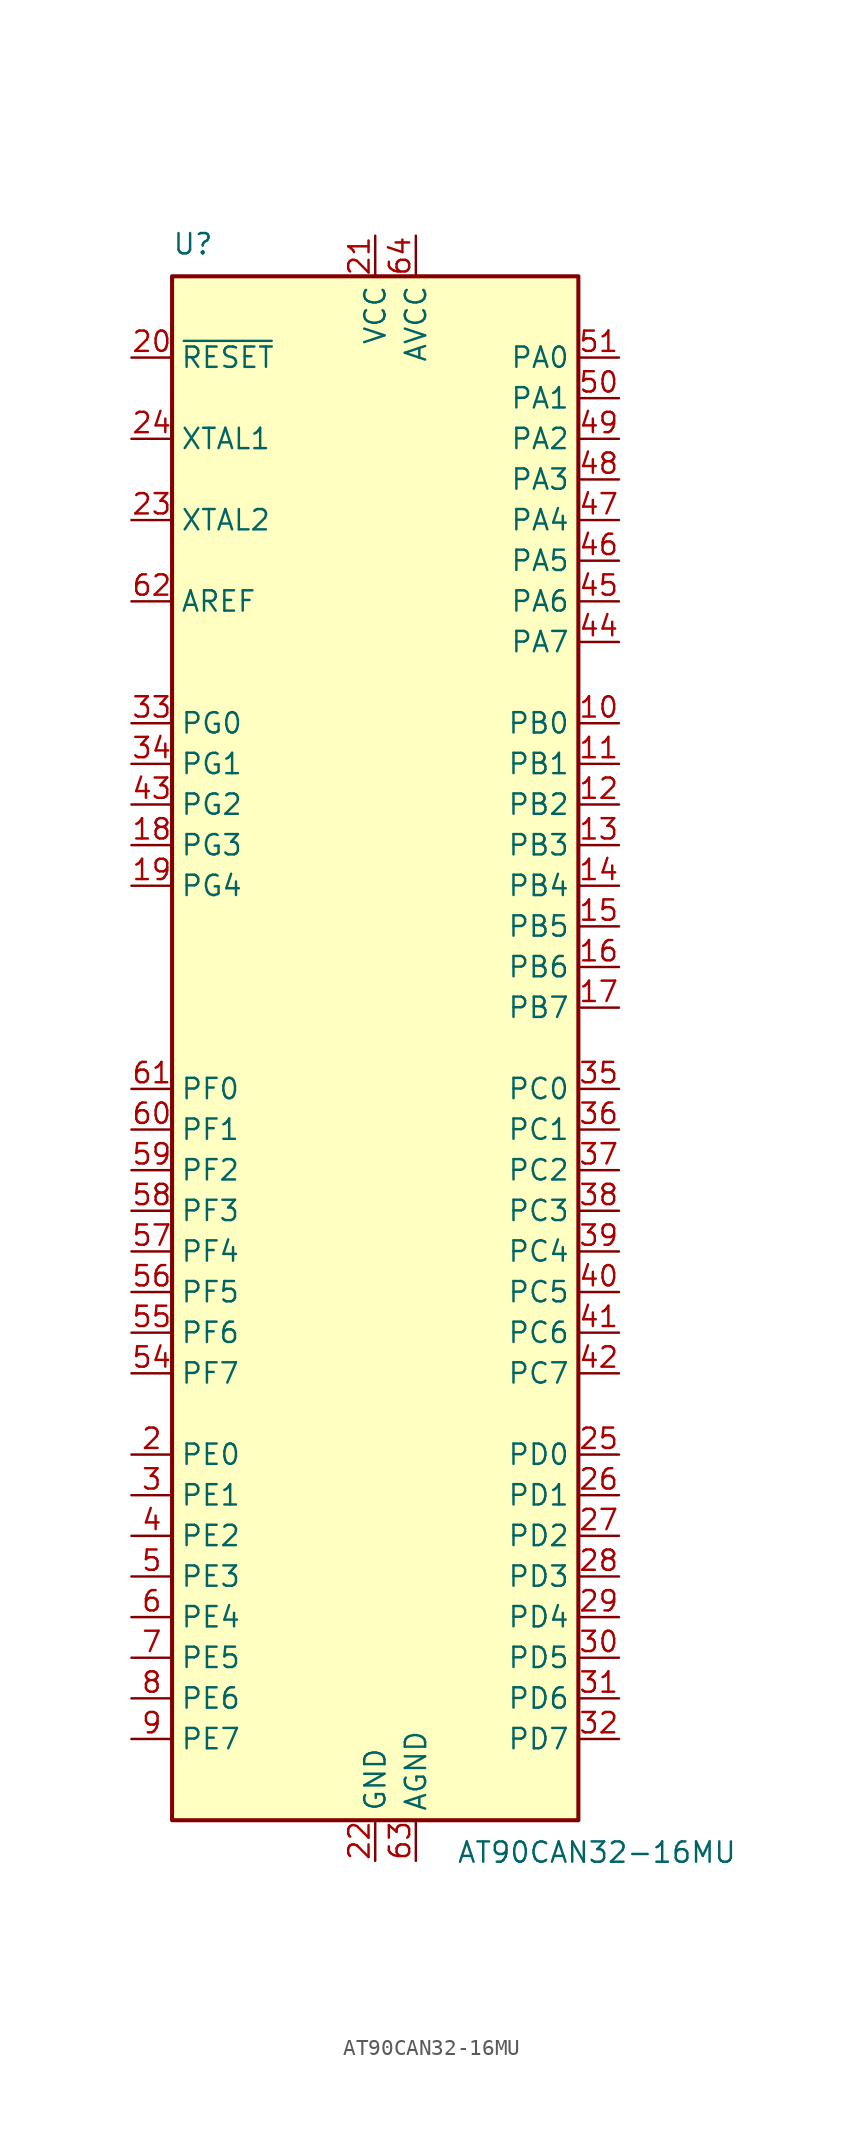
<source format=kicad_sym>
(kicad_symbol_lib
  (version 20211014)
  (generator kicad_symbol_editor)
  (symbol "AT90CAN32-16MU"
    (property "Reference" "U"
      (at -12.7 49.53 0)
      (effects (font (size 1.27 1.27)) (justify left bottom)))
    (property "Value" "AT90CAN32-16MU"
      (at 5.08 -49.53 0)
      (effects (font (size 1.27 1.27)) (justify left top)))
    (symbol "AT90CAN32-16MU_0_1"
      (rectangle (start -12.7 -48.26) (end 12.7 48.26) (stroke (width 0.254) (type default) (color 0 0 0 0)) (fill (type background))))
    (symbol "AT90CAN32-16MU_1_1"
      (pin no_connect line (at -12.7 -45.72 0) (length 2.54) hide (name "NC" (effects (font (size 1.27 1.27)))) (number "1" (effects (font (size 1.27 1.27)))))
      (pin bidirectional line (at 15.24 20.32 180) (length 2.54) (name "PB0" (effects (font (size 1.27 1.27)))) (number "10" (effects (font (size 1.27 1.27)))))
      (pin bidirectional line (at 15.24 17.78 180) (length 2.54) (name "PB1" (effects (font (size 1.27 1.27)))) (number "11" (effects (font (size 1.27 1.27)))))
      (pin bidirectional line (at 15.24 15.24 180) (length 2.54) (name "PB2" (effects (font (size 1.27 1.27)))) (number "12" (effects (font (size 1.27 1.27)))))
      (pin bidirectional line (at 15.24 12.7 180) (length 2.54) (name "PB3" (effects (font (size 1.27 1.27)))) (number "13" (effects (font (size 1.27 1.27)))))
      (pin bidirectional line (at 15.24 10.16 180) (length 2.54) (name "PB4" (effects (font (size 1.27 1.27)))) (number "14" (effects (font (size 1.27 1.27)))))
      (pin bidirectional line (at 15.24 7.62 180) (length 2.54) (name "PB5" (effects (font (size 1.27 1.27)))) (number "15" (effects (font (size 1.27 1.27)))))
      (pin bidirectional line (at 15.24 5.08 180) (length 2.54) (name "PB6" (effects (font (size 1.27 1.27)))) (number "16" (effects (font (size 1.27 1.27)))))
      (pin bidirectional line (at 15.24 2.54 180) (length 2.54) (name "PB7" (effects (font (size 1.27 1.27)))) (number "17" (effects (font (size 1.27 1.27)))))
      (pin bidirectional line (at -15.24 12.7 0) (length 2.54) (name "PG3" (effects (font (size 1.27 1.27)))) (number "18" (effects (font (size 1.27 1.27)))))
      (pin bidirectional line (at -15.24 10.16 0) (length 2.54) (name "PG4" (effects (font (size 1.27 1.27)))) (number "19" (effects (font (size 1.27 1.27)))))
      (pin bidirectional line (at -15.24 -25.4 0) (length 2.54) (name "PE0" (effects (font (size 1.27 1.27)))) (number "2" (effects (font (size 1.27 1.27)))))
      (pin input line (at -15.24 43.18 0) (length 2.54) (name "~{RESET}" (effects (font (size 1.27 1.27)))) (number "20" (effects (font (size 1.27 1.27)))))
      (pin power_in line (at 0 50.8 270) (length 2.54) (name "VCC" (effects (font (size 1.27 1.27)))) (number "21" (effects (font (size 1.27 1.27)))))
      (pin power_in line (at 0 -50.8 90) (length 2.54) (name "GND" (effects (font (size 1.27 1.27)))) (number "22" (effects (font (size 1.27 1.27)))))
      (pin output line (at -15.24 33.02 0) (length 2.54) (name "XTAL2" (effects (font (size 1.27 1.27)))) (number "23" (effects (font (size 1.27 1.27)))))
      (pin input line (at -15.24 38.1 0) (length 2.54) (name "XTAL1" (effects (font (size 1.27 1.27)))) (number "24" (effects (font (size 1.27 1.27)))))
      (pin bidirectional line (at 15.24 -25.4 180) (length 2.54) (name "PD0" (effects (font (size 1.27 1.27)))) (number "25" (effects (font (size 1.27 1.27)))))
      (pin bidirectional line (at 15.24 -27.94 180) (length 2.54) (name "PD1" (effects (font (size 1.27 1.27)))) (number "26" (effects (font (size 1.27 1.27)))))
      (pin bidirectional line (at 15.24 -30.48 180) (length 2.54) (name "PD2" (effects (font (size 1.27 1.27)))) (number "27" (effects (font (size 1.27 1.27)))))
      (pin bidirectional line (at 15.24 -33.02 180) (length 2.54) (name "PD3" (effects (font (size 1.27 1.27)))) (number "28" (effects (font (size 1.27 1.27)))))
      (pin bidirectional line (at 15.24 -35.56 180) (length 2.54) (name "PD4" (effects (font (size 1.27 1.27)))) (number "29" (effects (font (size 1.27 1.27)))))
      (pin bidirectional line (at -15.24 -27.94 0) (length 2.54) (name "PE1" (effects (font (size 1.27 1.27)))) (number "3" (effects (font (size 1.27 1.27)))))
      (pin bidirectional line (at 15.24 -38.1 180) (length 2.54) (name "PD5" (effects (font (size 1.27 1.27)))) (number "30" (effects (font (size 1.27 1.27)))))
      (pin bidirectional line (at 15.24 -40.64 180) (length 2.54) (name "PD6" (effects (font (size 1.27 1.27)))) (number "31" (effects (font (size 1.27 1.27)))))
      (pin bidirectional line (at 15.24 -43.18 180) (length 2.54) (name "PD7" (effects (font (size 1.27 1.27)))) (number "32" (effects (font (size 1.27 1.27)))))
      (pin bidirectional line (at -15.24 20.32 0) (length 2.54) (name "PG0" (effects (font (size 1.27 1.27)))) (number "33" (effects (font (size 1.27 1.27)))))
      (pin bidirectional line (at -15.24 17.78 0) (length 2.54) (name "PG1" (effects (font (size 1.27 1.27)))) (number "34" (effects (font (size 1.27 1.27)))))
      (pin bidirectional line (at 15.24 -2.54 180) (length 2.54) (name "PC0" (effects (font (size 1.27 1.27)))) (number "35" (effects (font (size 1.27 1.27)))))
      (pin bidirectional line (at 15.24 -5.08 180) (length 2.54) (name "PC1" (effects (font (size 1.27 1.27)))) (number "36" (effects (font (size 1.27 1.27)))))
      (pin bidirectional line (at 15.24 -7.62 180) (length 2.54) (name "PC2" (effects (font (size 1.27 1.27)))) (number "37" (effects (font (size 1.27 1.27)))))
      (pin bidirectional line (at 15.24 -10.16 180) (length 2.54) (name "PC3" (effects (font (size 1.27 1.27)))) (number "38" (effects (font (size 1.27 1.27)))))
      (pin bidirectional line (at 15.24 -12.7 180) (length 2.54) (name "PC4" (effects (font (size 1.27 1.27)))) (number "39" (effects (font (size 1.27 1.27)))))
      (pin bidirectional line (at -15.24 -30.48 0) (length 2.54) (name "PE2" (effects (font (size 1.27 1.27)))) (number "4" (effects (font (size 1.27 1.27)))))
      (pin bidirectional line (at 15.24 -15.24 180) (length 2.54) (name "PC5" (effects (font (size 1.27 1.27)))) (number "40" (effects (font (size 1.27 1.27)))))
      (pin bidirectional line (at 15.24 -17.78 180) (length 2.54) (name "PC6" (effects (font (size 1.27 1.27)))) (number "41" (effects (font (size 1.27 1.27)))))
      (pin bidirectional line (at 15.24 -20.32 180) (length 2.54) (name "PC7" (effects (font (size 1.27 1.27)))) (number "42" (effects (font (size 1.27 1.27)))))
      (pin bidirectional line (at -15.24 15.24 0) (length 2.54) (name "PG2" (effects (font (size 1.27 1.27)))) (number "43" (effects (font (size 1.27 1.27)))))
      (pin bidirectional line (at 15.24 25.4 180) (length 2.54) (name "PA7" (effects (font (size 1.27 1.27)))) (number "44" (effects (font (size 1.27 1.27)))))
      (pin bidirectional line (at 15.24 27.94 180) (length 2.54) (name "PA6" (effects (font (size 1.27 1.27)))) (number "45" (effects (font (size 1.27 1.27)))))
      (pin bidirectional line (at 15.24 30.48 180) (length 2.54) (name "PA5" (effects (font (size 1.27 1.27)))) (number "46" (effects (font (size 1.27 1.27)))))
      (pin bidirectional line (at 15.24 33.02 180) (length 2.54) (name "PA4" (effects (font (size 1.27 1.27)))) (number "47" (effects (font (size 1.27 1.27)))))
      (pin bidirectional line (at 15.24 35.56 180) (length 2.54) (name "PA3" (effects (font (size 1.27 1.27)))) (number "48" (effects (font (size 1.27 1.27)))))
      (pin bidirectional line (at 15.24 38.1 180) (length 2.54) (name "PA2" (effects (font (size 1.27 1.27)))) (number "49" (effects (font (size 1.27 1.27)))))
      (pin bidirectional line (at -15.24 -33.02 0) (length 2.54) (name "PE3" (effects (font (size 1.27 1.27)))) (number "5" (effects (font (size 1.27 1.27)))))
      (pin bidirectional line (at 15.24 40.64 180) (length 2.54) (name "PA1" (effects (font (size 1.27 1.27)))) (number "50" (effects (font (size 1.27 1.27)))))
      (pin bidirectional line (at 15.24 43.18 180) (length 2.54) (name "PA0" (effects (font (size 1.27 1.27)))) (number "51" (effects (font (size 1.27 1.27)))))
      (pin passive line (at 0 50.8 270) (length 2.54) hide (name "VCC" (effects (font (size 1.27 1.27)))) (number "52" (effects (font (size 1.27 1.27)))))
      (pin passive line (at 0 -50.8 90) (length 2.54) hide (name "GND" (effects (font (size 1.27 1.27)))) (number "53" (effects (font (size 1.27 1.27)))))
      (pin bidirectional line (at -15.24 -20.32 0) (length 2.54) (name "PF7" (effects (font (size 1.27 1.27)))) (number "54" (effects (font (size 1.27 1.27)))))
      (pin bidirectional line (at -15.24 -17.78 0) (length 2.54) (name "PF6" (effects (font (size 1.27 1.27)))) (number "55" (effects (font (size 1.27 1.27)))))
      (pin bidirectional line (at -15.24 -15.24 0) (length 2.54) (name "PF5" (effects (font (size 1.27 1.27)))) (number "56" (effects (font (size 1.27 1.27)))))
      (pin bidirectional line (at -15.24 -12.7 0) (length 2.54) (name "PF4" (effects (font (size 1.27 1.27)))) (number "57" (effects (font (size 1.27 1.27)))))
      (pin bidirectional line (at -15.24 -10.16 0) (length 2.54) (name "PF3" (effects (font (size 1.27 1.27)))) (number "58" (effects (font (size 1.27 1.27)))))
      (pin bidirectional line (at -15.24 -7.62 0) (length 2.54) (name "PF2" (effects (font (size 1.27 1.27)))) (number "59" (effects (font (size 1.27 1.27)))))
      (pin bidirectional line (at -15.24 -35.56 0) (length 2.54) (name "PE4" (effects (font (size 1.27 1.27)))) (number "6" (effects (font (size 1.27 1.27)))))
      (pin bidirectional line (at -15.24 -5.08 0) (length 2.54) (name "PF1" (effects (font (size 1.27 1.27)))) (number "60" (effects (font (size 1.27 1.27)))))
      (pin bidirectional line (at -15.24 -2.54 0) (length 2.54) (name "PF0" (effects (font (size 1.27 1.27)))) (number "61" (effects (font (size 1.27 1.27)))))
      (pin passive line (at -15.24 27.94 0) (length 2.54) (name "AREF" (effects (font (size 1.27 1.27)))) (number "62" (effects (font (size 1.27 1.27)))))
      (pin power_in line (at 2.54 -50.8 90) (length 2.54) (name "AGND" (effects (font (size 1.27 1.27)))) (number "63" (effects (font (size 1.27 1.27)))))
      (pin power_in line (at 2.54 50.8 270) (length 2.54) (name "AVCC" (effects (font (size 1.27 1.27)))) (number "64" (effects (font (size 1.27 1.27)))))
      (pin passive line (at 0 -50.8 90) (length 2.54) hide (name "GND" (effects (font (size 1.27 1.27)))) (number "65" (effects (font (size 1.27 1.27)))))
      (pin bidirectional line (at -15.24 -38.1 0) (length 2.54) (name "PE5" (effects (font (size 1.27 1.27)))) (number "7" (effects (font (size 1.27 1.27)))))
      (pin bidirectional line (at -15.24 -40.64 0) (length 2.54) (name "PE6" (effects (font (size 1.27 1.27)))) (number "8" (effects (font (size 1.27 1.27)))))
      (pin bidirectional line (at -15.24 -43.18 0) (length 2.54) (name "PE7" (effects (font (size 1.27 1.27)))) (number "9" (effects (font (size 1.27 1.27))))))))
</source>
